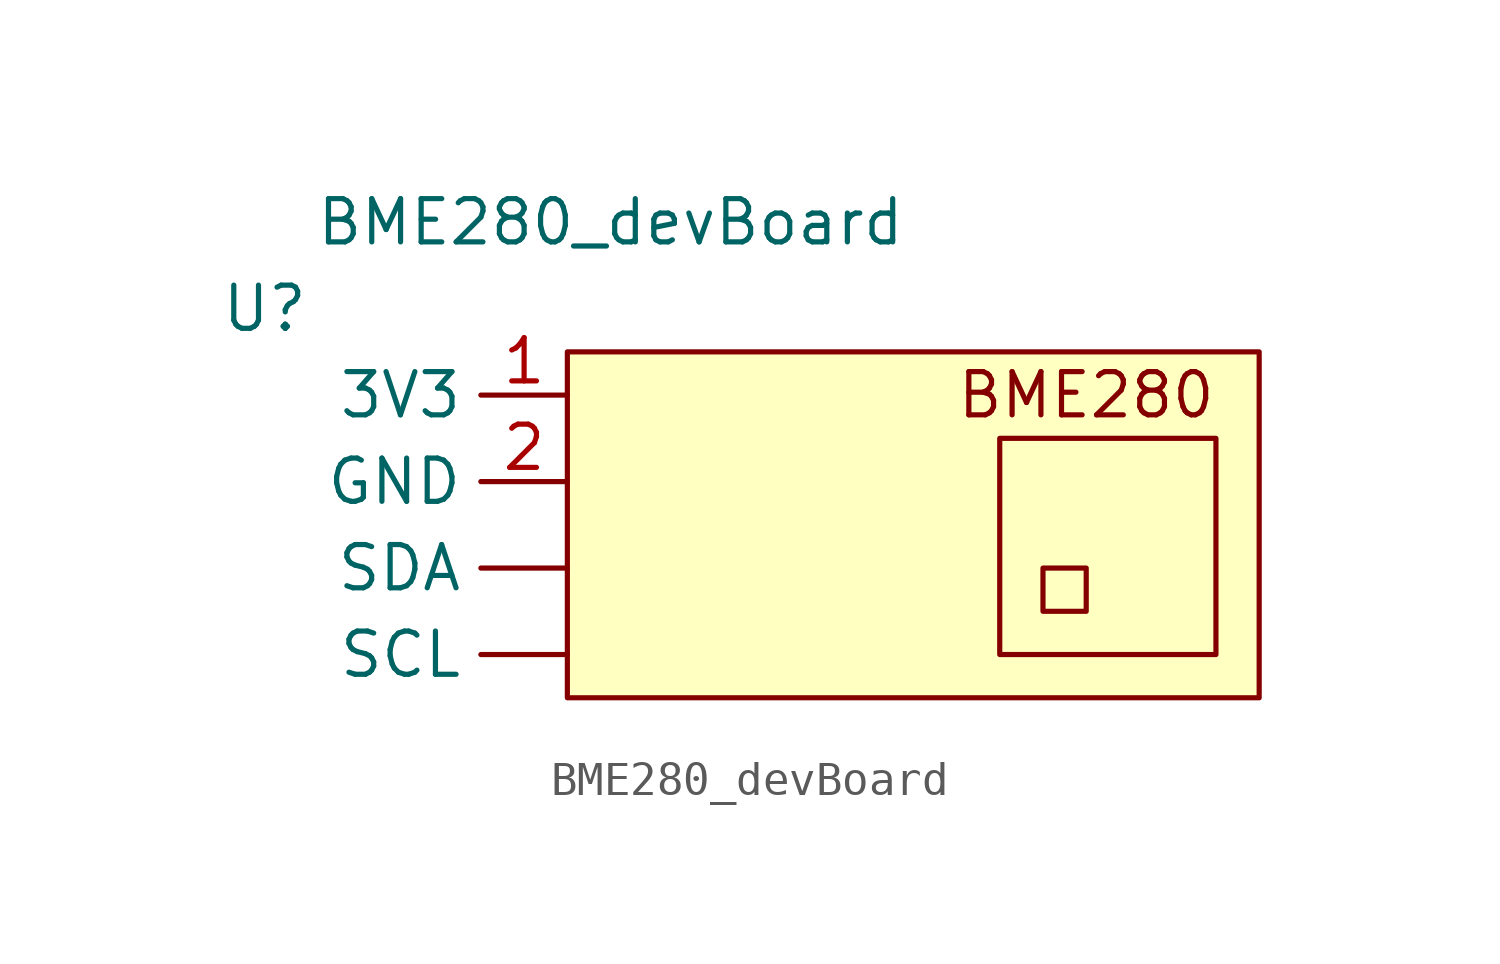
<source format=kicad_sym>
(kicad_symbol_lib
  (version 20211014)
  (generator kicad_symbol_editor)
  (symbol "BME280_devBoard"
    (property "Reference" "U"
      (at -8.89 2.54 0)
      (effects (font (size 1.27 1.27))))
    (property "Value" "BME280_devBoard"
      (at 1.27 5.08 0)
      (effects (font (size 1.27 1.27))))
    (symbol "BME280_devBoard_0_0"
      (text "" (at -1.27 -2.54 0) (effects (font (size 1.27 1.27))))
      (text "BME280" (at 15.24 0 0) (effects (font (size 1.27 1.27)))))
    (symbol "BME280_devBoard_0_1"
      (rectangle (start 0 1.27) (end 20.32 -8.89) (stroke (width 0.152) (type default) (color 0 0 0 0)) (fill (type background)))
      (rectangle (start 13.97 -6.35) (end 15.24 -5.08) (stroke (width 0.152) (type default) (color 0 0 0 0)) (fill (type none)))
      (rectangle (start 19.05 -7.62) (end 12.7 -1.27) (stroke (width 0.152) (type default) (color 0 0 0 0)) (fill (type none))))
    (symbol "BME280_devBoard_1_1"
      (pin input line (at 0 -7.62 180) (length 2.54) (name "SCL" (effects (font (size 1.27 1.27)))) (number "" (effects (font (size 1.27 1.27)))))
      (pin input line (at 0 -5.08 180) (length 2.54) (name "SDA" (effects (font (size 1.27 1.27)))) (number "" (effects (font (size 1.27 1.27)))))
      (pin power_in line (at 0 0 180) (length 2.54) (name "3V3" (effects (font (size 1.27 1.27)))) (number "1" (effects (font (size 1.27 1.27)))))
      (pin power_in line (at 0 -2.54 180) (length 2.54) (name "GND" (effects (font (size 1.27 1.27)))) (number "2" (effects (font (size 1.27 1.27))))))))
</source>
